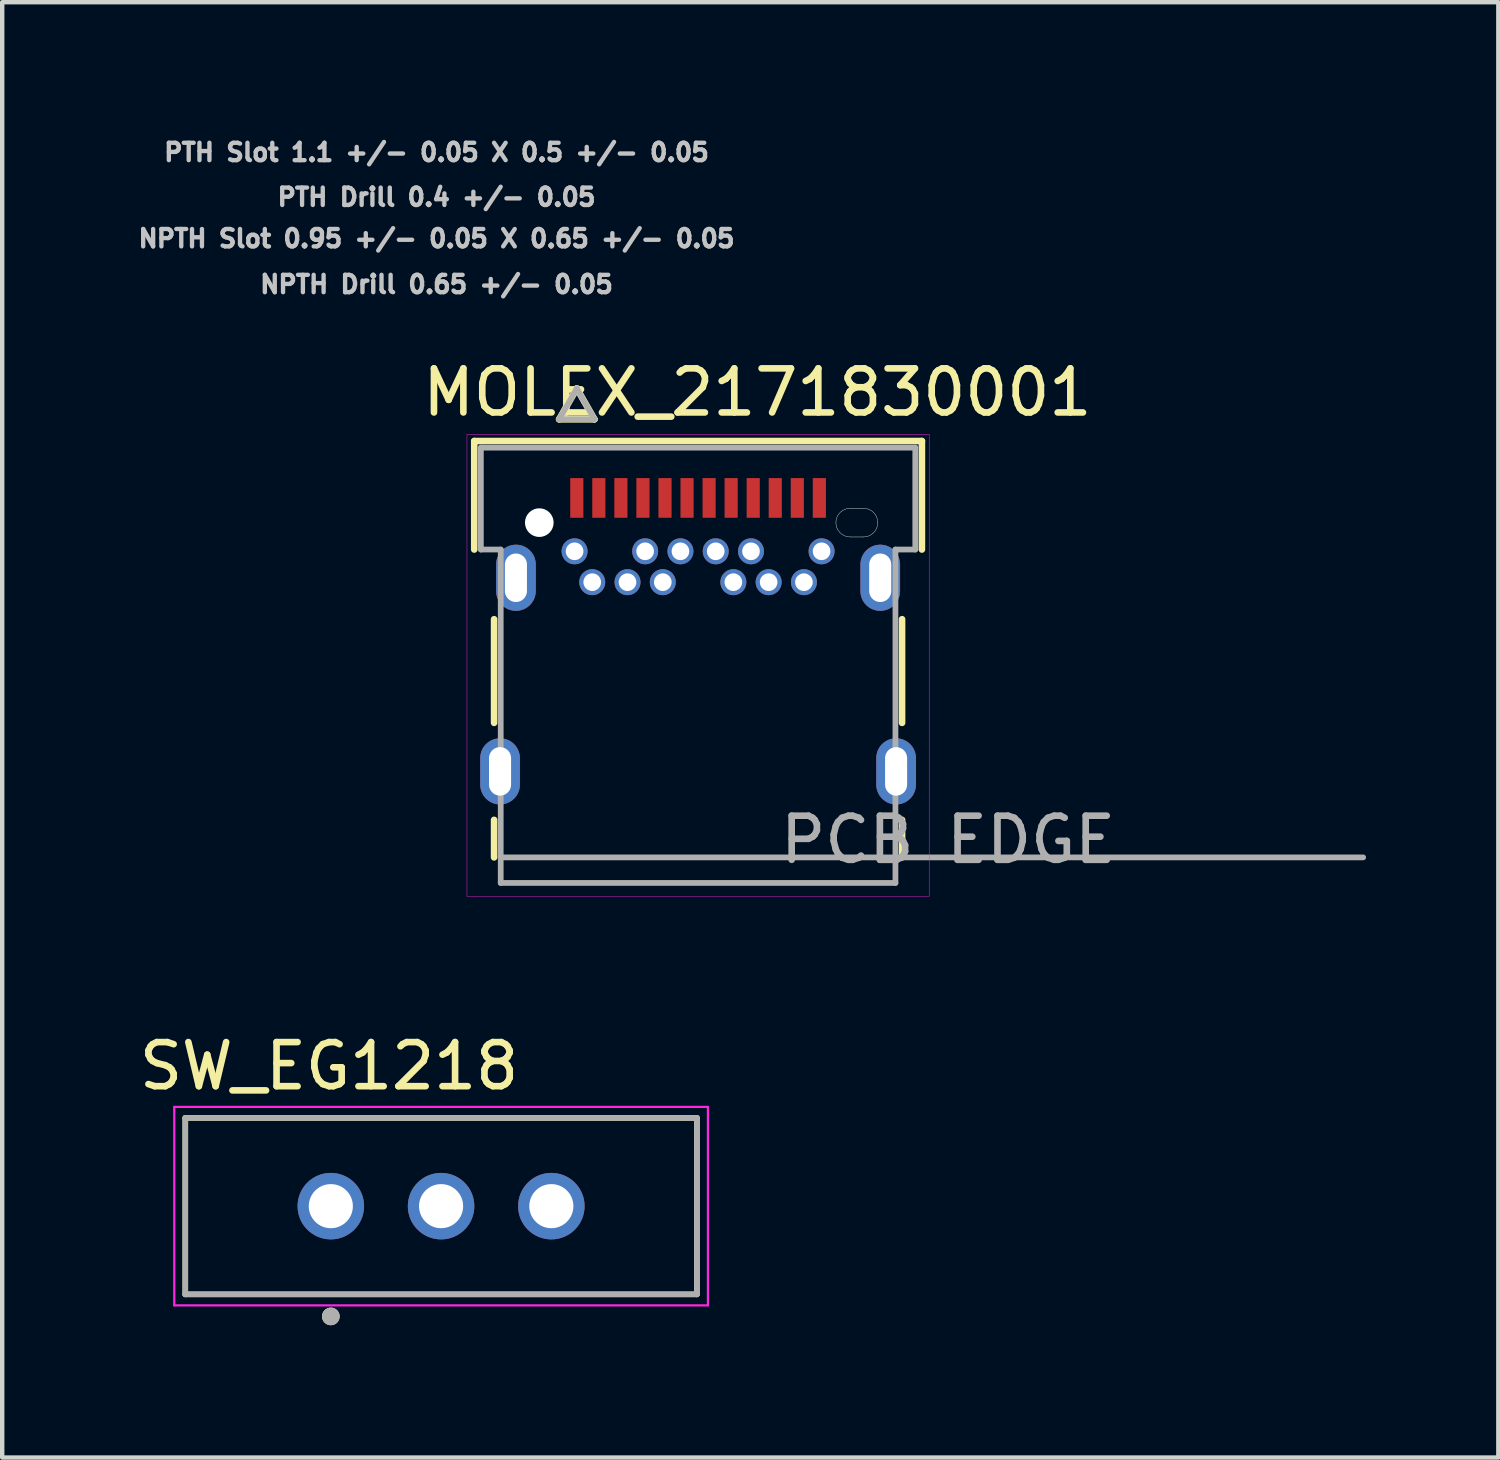
<source format=kicad_pcb>
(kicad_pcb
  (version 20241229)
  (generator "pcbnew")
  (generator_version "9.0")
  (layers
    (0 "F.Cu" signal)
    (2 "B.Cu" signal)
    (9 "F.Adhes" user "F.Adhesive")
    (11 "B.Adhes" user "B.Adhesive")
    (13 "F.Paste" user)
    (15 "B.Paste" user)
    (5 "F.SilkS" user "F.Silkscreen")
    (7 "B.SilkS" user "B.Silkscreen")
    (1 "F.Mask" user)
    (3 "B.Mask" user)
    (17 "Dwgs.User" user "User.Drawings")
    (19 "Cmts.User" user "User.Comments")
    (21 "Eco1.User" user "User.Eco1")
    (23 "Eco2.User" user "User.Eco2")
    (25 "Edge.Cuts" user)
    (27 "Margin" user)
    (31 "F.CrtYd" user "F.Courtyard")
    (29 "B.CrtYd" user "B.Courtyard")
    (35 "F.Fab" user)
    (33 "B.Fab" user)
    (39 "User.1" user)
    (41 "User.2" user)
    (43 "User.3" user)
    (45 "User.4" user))
  (footprint "SW_EG1218"
    (layer "F.Cu")
    (at 6.951 24.298)
    (property "Reference" "SW_EG1218" (at -2.54 -3.175 0) (layer "F.SilkS") (effects (font (size 1 1) (thickness 0.15))))
    (attr through_hole)
    (fp_line (start -5.8 -2) (end 5.8 -2) (stroke (width 0.127) (type solid)) (layer "F.SilkS"))
    (fp_line (start -5.8 2) (end -5.8 -2) (stroke (width 0.127) (type solid)) (layer "F.SilkS"))
    (fp_line (start 5.8 -2) (end 5.8 2) (stroke (width 0.127) (type solid)) (layer "F.SilkS"))
    (fp_line (start 5.8 2) (end -5.8 2) (stroke (width 0.127) (type solid)) (layer "F.SilkS"))
    (fp_circle (center -2.5 2.5) (end -2.4 2.5) (stroke (width 0.2) (type solid)) (fill no) (layer "F.SilkS"))
    (fp_line (start -6.05 -2.25) (end 6.05 -2.25) (stroke (width 0.05) (type solid)) (layer "F.CrtYd"))
    (fp_line (start -6.05 2.25) (end -6.05 -2.25) (stroke (width 0.05) (type solid)) (layer "F.CrtYd"))
    (fp_line (start 6.05 -2.25) (end 6.05 2.25) (stroke (width 0.05) (type solid)) (layer "F.CrtYd"))
    (fp_line (start 6.05 2.25) (end -6.05 2.25) (stroke (width 0.05) (type solid)) (layer "F.CrtYd"))
    (fp_line (start -5.8 -2) (end 5.8 -2) (stroke (width 0.127) (type solid)) (layer "F.Fab"))
    (fp_line (start -5.8 2) (end -5.8 -2) (stroke (width 0.127) (type solid)) (layer "F.Fab"))
    (fp_line (start 5.8 -2) (end 5.8 2) (stroke (width 0.127) (type solid)) (layer "F.Fab"))
    (fp_line (start 5.8 2) (end -5.8 2) (stroke (width 0.127) (type solid)) (layer "F.Fab"))
    (fp_circle (center -2.5 2.5) (end -2.4 2.5) (stroke (width 0.2) (type solid)) (fill no) (layer "F.Fab"))
    (pad "1" thru_hole circle (at -2.5 0) (size 1.508 1.508) (drill 1) (layers "*.Cu" "*.Mask"))
    (pad "2" thru_hole circle (at 0 0) (size 1.508 1.508) (drill 1) (layers "*.Cu" "*.Mask"))
    (pad "3" thru_hole circle (at 2.5 0) (size 1.508 1.508) (drill 1) (layers "*.Cu" "*.Mask")))
  (footprint "MOLEX_2171830001"
    (layer "F.Cu")
    (at 12.778 16.39)
    (property "Reference" "MOLEX_2171830001" (at 1.345 -10.543 0) (layer "F.SilkS") (effects (font (size 1 1) (thickness 0.15))))
    (attr through_hole)
    (fp_circle (center -3.6 -7.59) (end -3.406 -7.59) (stroke (width 0.389) (type solid)) (fill no) (layer "F.Mask"))
    (fp_circle (center -2.8 -6.94) (end -2.621 -6.94) (stroke (width 0.358) (type solid)) (fill no) (layer "F.Mask"))
    (fp_circle (center -2.4 -6.24) (end -2.221 -6.24) (stroke (width 0.358) (type solid)) (fill no) (layer "F.Mask"))
    (fp_circle (center -1.6 -6.24) (end -1.421 -6.24) (stroke (width 0.358) (type solid)) (fill no) (layer "F.Mask"))
    (fp_circle (center -1.2 -6.94) (end -1.021 -6.94) (stroke (width 0.358) (type solid)) (fill no) (layer "F.Mask"))
    (fp_circle (center -0.8 -6.24) (end -0.621 -6.24) (stroke (width 0.358) (type solid)) (fill no) (layer "F.Mask"))
    (fp_circle (center -0.4 -6.94) (end -0.221 -6.94) (stroke (width 0.358) (type solid)) (fill no) (layer "F.Mask"))
    (fp_circle (center 0.4 -6.94) (end 0.579 -6.94) (stroke (width 0.358) (type solid)) (fill no) (layer "F.Mask"))
    (fp_circle (center 0.8 -6.24) (end 0.979 -6.24) (stroke (width 0.358) (type solid)) (fill no) (layer "F.Mask"))
    (fp_circle (center 1.2 -6.94) (end 1.379 -6.94) (stroke (width 0.358) (type solid)) (fill no) (layer "F.Mask"))
    (fp_circle (center 1.6 -6.24) (end 1.779 -6.24) (stroke (width 0.358) (type solid)) (fill no) (layer "F.Mask"))
    (fp_circle (center 2.4 -6.24) (end 2.579 -6.24) (stroke (width 0.358) (type solid)) (fill no) (layer "F.Mask"))
    (fp_circle (center 2.8 -6.94) (end 2.979 -6.94) (stroke (width 0.358) (type solid)) (fill no) (layer "F.Mask"))
    (fp_poly (pts (xy -2.962 -8.664) (xy -2.538 -8.664) (xy -2.538 -7.636) (xy -2.962 -7.636)) (stroke (width 0.01) (type solid)) (fill yes) (layer "F.Mask"))
    (fp_poly (pts (xy -2.462 -8.664) (xy -2.038 -8.664) (xy -2.038 -7.636) (xy -2.462 -7.636)) (stroke (width 0.01) (type solid)) (fill yes) (layer "F.Mask"))
    (fp_poly (pts (xy -1.962 -8.664) (xy -1.538 -8.664) (xy -1.538 -7.636) (xy -1.962 -7.636)) (stroke (width 0.01) (type solid)) (fill yes) (layer "F.Mask"))
    (fp_poly (pts (xy -1.462 -8.664) (xy -1.038 -8.664) (xy -1.038 -7.636) (xy -1.462 -7.636)) (stroke (width 0.01) (type solid)) (fill yes) (layer "F.Mask"))
    (fp_poly (pts (xy -0.963 -8.664) (xy -0.537 -8.664) (xy -0.537 -7.636) (xy -0.963 -7.636)) (stroke (width 0.01) (type solid)) (fill yes) (layer "F.Mask"))
    (fp_poly (pts (xy -0.463 -8.664) (xy -0.037 -8.664) (xy -0.037 -7.636) (xy -0.463 -7.636)) (stroke (width 0.01) (type solid)) (fill yes) (layer "F.Mask"))
    (fp_poly (pts (xy 0.037 -8.664) (xy 0.463 -8.664) (xy 0.463 -7.636) (xy 0.037 -7.636)) (stroke (width 0.01) (type solid)) (fill yes) (layer "F.Mask"))
    (fp_poly (pts (xy 0.537 -8.664) (xy 0.963 -8.664) (xy 0.963 -7.636) (xy 0.537 -7.636)) (stroke (width 0.01) (type solid)) (fill yes) (layer "F.Mask"))
    (fp_poly (pts (xy 1.038 -8.664) (xy 1.462 -8.664) (xy 1.462 -7.636) (xy 1.038 -7.636)) (stroke (width 0.01) (type solid)) (fill yes) (layer "F.Mask"))
    (fp_poly (pts (xy 1.538 -8.664) (xy 1.962 -8.664) (xy 1.962 -7.636) (xy 1.538 -7.636)) (stroke (width 0.01) (type solid)) (fill yes) (layer "F.Mask"))
    (fp_poly (pts (xy 2.038 -8.664) (xy 2.462 -8.664) (xy 2.462 -7.636) (xy 2.038 -7.636)) (stroke (width 0.01) (type solid)) (fill yes) (layer "F.Mask"))
    (fp_poly (pts (xy 2.538 -8.664) (xy 2.962 -8.664) (xy 2.962 -7.636) (xy 2.538 -7.636)) (stroke (width 0.01) (type solid)) (fill yes) (layer "F.Mask"))
    (fp_poly (pts (xy 3.45 -7.979) (xy 3.75 -7.979) (xy 3.77 -7.978) (xy 3.791 -7.976) (xy 3.811 -7.974) (xy 3.831 -7.97) (xy 3.851 -7.965) (xy 3.87 -7.959) (xy 3.889 -7.953) (xy 3.908 -7.945) (xy 3.926 -7.936) (xy 3.944 -7.926) (xy 3.962 -7.916) (xy 3.978 -7.904) (xy 3.994 -7.892) (xy 4.01 -7.879) (xy 4.025 -7.865) (xy 4.039 -7.85) (xy 4.052 -7.834) (xy 4.064 -7.818) (xy 4.076 -7.802) (xy 4.086 -7.784) (xy 4.096 -7.766) (xy 4.105 -7.748) (xy 4.113 -7.729) (xy 4.119 -7.71) (xy 4.125 -7.691) (xy 4.13 -7.671) (xy 4.134 -7.651) (xy 4.136 -7.631) (xy 4.138 -7.61) (xy 4.138 -7.59) (xy 4.138 -7.57) (xy 4.136 -7.549) (xy 4.134 -7.529) (xy 4.13 -7.509) (xy 4.125 -7.489) (xy 4.119 -7.47) (xy 4.113 -7.451) (xy 4.105 -7.432) (xy 4.096 -7.414) (xy 4.086 -7.396) (xy 4.076 -7.378) (xy 4.064 -7.362) (xy 4.052 -7.346) (xy 4.039 -7.33) (xy 4.025 -7.315) (xy 4.01 -7.301) (xy 3.994 -7.288) (xy 3.978 -7.276) (xy 3.962 -7.264) (xy 3.944 -7.254) (xy 3.926 -7.244) (xy 3.908 -7.235) (xy 3.889 -7.227) (xy 3.87 -7.221) (xy 3.851 -7.215) (xy 3.831 -7.21) (xy 3.811 -7.206) (xy 3.791 -7.204) (xy 3.77 -7.202) (xy 3.75 -7.202) (xy 3.45 -7.202) (xy 3.43 -7.202) (xy 3.409 -7.204) (xy 3.389 -7.206) (xy 3.369 -7.21) (xy 3.349 -7.215) (xy 3.33 -7.221) (xy 3.311 -7.227) (xy 3.292 -7.235) (xy 3.274 -7.244) (xy 3.256 -7.254) (xy 3.238 -7.264) (xy 3.222 -7.276) (xy 3.206 -7.288) (xy 3.19 -7.301) (xy 3.175 -7.315) (xy 3.161 -7.33) (xy 3.148 -7.346) (xy 3.136 -7.362) (xy 3.124 -7.378) (xy 3.114 -7.396) (xy 3.104 -7.414) (xy 3.095 -7.432) (xy 3.087 -7.451) (xy 3.081 -7.47) (xy 3.075 -7.489) (xy 3.07 -7.509) (xy 3.066 -7.529) (xy 3.064 -7.549) (xy 3.062 -7.57) (xy 3.062 -7.59) (xy 3.062 -7.61) (xy 3.064 -7.631) (xy 3.066 -7.651) (xy 3.07 -7.671) (xy 3.075 -7.691) (xy 3.081 -7.71) (xy 3.087 -7.729) (xy 3.095 -7.748) (xy 3.104 -7.766) (xy 3.114 -7.784) (xy 3.124 -7.802) (xy 3.136 -7.818) (xy 3.148 -7.834) (xy 3.161 -7.85) (xy 3.175 -7.865) (xy 3.19 -7.879) (xy 3.206 -7.892) (xy 3.222 -7.904) (xy 3.238 -7.916) (xy 3.256 -7.926) (xy 3.274 -7.936) (xy 3.292 -7.945) (xy 3.311 -7.953) (xy 3.33 -7.959) (xy 3.349 -7.965) (xy 3.369 -7.97) (xy 3.389 -7.974) (xy 3.409 -7.976) (xy 3.43 -7.978) (xy 3.45 -7.979) (xy 3.45 -7.979)) (stroke (width 0.01) (type solid)) (fill yes) (layer "F.Mask"))
    (fp_circle (center -3.6 -7.59) (end -3.406 -7.59) (stroke (width 0.389) (type solid)) (fill no) (layer "B.Mask"))
    (fp_circle (center -2.8 -6.94) (end -2.621 -6.94) (stroke (width 0.358) (type solid)) (fill no) (layer "B.Mask"))
    (fp_circle (center -2.4 -6.24) (end -2.221 -6.24) (stroke (width 0.358) (type solid)) (fill no) (layer "B.Mask"))
    (fp_circle (center -1.6 -6.24) (end -1.421 -6.24) (stroke (width 0.358) (type solid)) (fill no) (layer "B.Mask"))
    (fp_circle (center -1.2 -6.94) (end -1.021 -6.94) (stroke (width 0.358) (type solid)) (fill no) (layer "B.Mask"))
    (fp_circle (center -0.8 -6.24) (end -0.621 -6.24) (stroke (width 0.358) (type solid)) (fill no) (layer "B.Mask"))
    (fp_circle (center -0.4 -6.94) (end -0.221 -6.94) (stroke (width 0.358) (type solid)) (fill no) (layer "B.Mask"))
    (fp_circle (center 0.4 -6.94) (end 0.579 -6.94) (stroke (width 0.358) (type solid)) (fill no) (layer "B.Mask"))
    (fp_circle (center 0.8 -6.24) (end 0.979 -6.24) (stroke (width 0.358) (type solid)) (fill no) (layer "B.Mask"))
    (fp_circle (center 1.2 -6.94) (end 1.379 -6.94) (stroke (width 0.358) (type solid)) (fill no) (layer "B.Mask"))
    (fp_circle (center 1.6 -6.24) (end 1.779 -6.24) (stroke (width 0.358) (type solid)) (fill no) (layer "B.Mask"))
    (fp_circle (center 2.4 -6.24) (end 2.579 -6.24) (stroke (width 0.358) (type solid)) (fill no) (layer "B.Mask"))
    (fp_circle (center 2.8 -6.94) (end 2.979 -6.94) (stroke (width 0.358) (type solid)) (fill no) (layer "B.Mask"))
    (fp_poly (pts (xy 3.45 -7.979) (xy 3.75 -7.979) (xy 3.77 -7.978) (xy 3.791 -7.976) (xy 3.811 -7.974) (xy 3.831 -7.97) (xy 3.851 -7.965) (xy 3.87 -7.959) (xy 3.889 -7.953) (xy 3.908 -7.945) (xy 3.926 -7.936) (xy 3.944 -7.926) (xy 3.962 -7.916) (xy 3.978 -7.904) (xy 3.994 -7.892) (xy 4.01 -7.879) (xy 4.025 -7.865) (xy 4.039 -7.85) (xy 4.052 -7.834) (xy 4.064 -7.818) (xy 4.076 -7.802) (xy 4.086 -7.784) (xy 4.096 -7.766) (xy 4.105 -7.748) (xy 4.113 -7.729) (xy 4.119 -7.71) (xy 4.125 -7.691) (xy 4.13 -7.671) (xy 4.134 -7.651) (xy 4.136 -7.631) (xy 4.138 -7.61) (xy 4.138 -7.59) (xy 4.138 -7.57) (xy 4.136 -7.549) (xy 4.134 -7.529) (xy 4.13 -7.509) (xy 4.125 -7.489) (xy 4.119 -7.47) (xy 4.113 -7.451) (xy 4.105 -7.432) (xy 4.096 -7.414) (xy 4.086 -7.396) (xy 4.076 -7.378) (xy 4.064 -7.362) (xy 4.052 -7.346) (xy 4.039 -7.33) (xy 4.025 -7.315) (xy 4.01 -7.301) (xy 3.994 -7.288) (xy 3.978 -7.276) (xy 3.962 -7.264) (xy 3.944 -7.254) (xy 3.926 -7.244) (xy 3.908 -7.235) (xy 3.889 -7.227) (xy 3.87 -7.221) (xy 3.851 -7.215) (xy 3.831 -7.21) (xy 3.811 -7.206) (xy 3.791 -7.204) (xy 3.77 -7.202) (xy 3.75 -7.202) (xy 3.45 -7.202) (xy 3.43 -7.202) (xy 3.409 -7.204) (xy 3.389 -7.206) (xy 3.369 -7.21) (xy 3.349 -7.215) (xy 3.33 -7.221) (xy 3.311 -7.227) (xy 3.292 -7.235) (xy 3.274 -7.244) (xy 3.256 -7.254) (xy 3.238 -7.264) (xy 3.222 -7.276) (xy 3.206 -7.288) (xy 3.19 -7.301) (xy 3.175 -7.315) (xy 3.161 -7.33) (xy 3.148 -7.346) (xy 3.136 -7.362) (xy 3.124 -7.378) (xy 3.114 -7.396) (xy 3.104 -7.414) (xy 3.095 -7.432) (xy 3.087 -7.451) (xy 3.081 -7.47) (xy 3.075 -7.489) (xy 3.07 -7.509) (xy 3.066 -7.529) (xy 3.064 -7.549) (xy 3.062 -7.57) (xy 3.062 -7.59) (xy 3.062 -7.61) (xy 3.064 -7.631) (xy 3.066 -7.651) (xy 3.07 -7.671) (xy 3.075 -7.691) (xy 3.081 -7.71) (xy 3.087 -7.729) (xy 3.095 -7.748) (xy 3.104 -7.766) (xy 3.114 -7.784) (xy 3.124 -7.802) (xy 3.136 -7.818) (xy 3.148 -7.834) (xy 3.161 -7.85) (xy 3.175 -7.865) (xy 3.19 -7.879) (xy 3.206 -7.892) (xy 3.222 -7.904) (xy 3.238 -7.916) (xy 3.256 -7.926) (xy 3.274 -7.936) (xy 3.292 -7.945) (xy 3.311 -7.953) (xy 3.33 -7.959) (xy 3.349 -7.965) (xy 3.369 -7.97) (xy 3.389 -7.974) (xy 3.409 -7.976) (xy 3.43 -7.978) (xy 3.45 -7.979) (xy 3.45 -7.979)) (stroke (width 0.01) (type solid)) (fill yes) (layer "B.Mask"))
    (fp_line (start -5.075 -9.44) (end 5.075 -9.44) (stroke (width 0.15) (type solid)) (layer "F.SilkS"))
    (fp_line (start -5.075 -6.98) (end -5.075 -9.44) (stroke (width 0.15) (type solid)) (layer "F.SilkS"))
    (fp_line (start -4.625 -5.4) (end -4.625 -3.05) (stroke (width 0.15) (type solid)) (layer "F.SilkS"))
    (fp_line (start -4.625 0) (end -4.625 -0.85) (stroke (width 0.15) (type solid)) (layer "F.SilkS"))
    (fp_line (start -3.15 -9.933) (end -2.35 -9.933) (stroke (width 0.15) (type solid)) (layer "F.SilkS"))
    (fp_line (start -2.75 -10.633) (end -3.15 -9.933) (stroke (width 0.15) (type solid)) (layer "F.SilkS"))
    (fp_line (start -2.35 -9.933) (end -2.75 -10.633) (stroke (width 0.15) (type solid)) (layer "F.SilkS"))
    (fp_line (start 4.625 -5.4) (end 4.625 -3.05) (stroke (width 0.15) (type solid)) (layer "F.SilkS"))
    (fp_line (start 4.625 0) (end 4.625 -0.85) (stroke (width 0.15) (type solid)) (layer "F.SilkS"))
    (fp_line (start 5.075 -9.44) (end 5.075 -6.98) (stroke (width 0.15) (type solid)) (layer "F.SilkS"))
    (fp_line (start 3.45 -7.915) (end 3.75 -7.915) (stroke (width 0.01) (type solid)) (layer "Edge.Cuts"))
    (fp_line (start 3.75 -7.265) (end 3.45 -7.265) (stroke (width 0.01) (type solid)) (layer "Edge.Cuts"))
    (fp_arc (start 3.125 -7.59) (mid 3.22019 -7.81981) (end 3.45 -7.915) (stroke (width 0.01) (type solid)) (layer "Edge.Cuts"))
    (fp_arc (start 3.45 -7.265) (mid 3.22019 -7.36019) (end 3.125 -7.59) (stroke (width 0.01) (type solid)) (layer "Edge.Cuts"))
    (fp_arc (start 3.75 -7.915) (mid 3.97981 -7.81981) (end 4.075 -7.59) (stroke (width 0.01) (type solid)) (layer "Edge.Cuts"))
    (fp_arc (start 4.075 -7.59) (mid 3.97981 -7.36019) (end 3.75 -7.265) (stroke (width 0.01) (type solid)) (layer "Edge.Cuts"))
    (fp_line (start -5.24 -9.59) (end -5.24 0.88) (stroke (width 0.01) (type solid)) (layer "F.CrtYd"))
    (fp_line (start -5.24 0.88) (end 5.24 0.88) (stroke (width 0.01) (type solid)) (layer "F.CrtYd"))
    (fp_line (start 5.24 -9.59) (end -5.24 -9.59) (stroke (width 0.01) (type solid)) (layer "F.CrtYd"))
    (fp_line (start 5.24 0.88) (end 5.24 -9.59) (stroke (width 0.01) (type solid)) (layer "F.CrtYd"))
    (fp_line (start -4.925 -9.29) (end -4.925 -6.98) (stroke (width 0.13) (type solid)) (layer "F.Fab"))
    (fp_line (start -4.925 -9.29) (end 4.925 -9.29) (stroke (width 0.13) (type solid)) (layer "F.Fab"))
    (fp_line (start -4.925 -6.98) (end -4.475 -6.98) (stroke (width 0.13) (type solid)) (layer "F.Fab"))
    (fp_line (start -4.475 0) (end -4.475 -6.98) (stroke (width 0.13) (type solid)) (layer "F.Fab"))
    (fp_line (start -4.475 0) (end 15.08 0) (stroke (width 0.13) (type solid)) (layer "F.Fab"))
    (fp_line (start -4.475 0.58) (end -4.475 0) (stroke (width 0.13) (type solid)) (layer "F.Fab"))
    (fp_line (start -3.15 -9.933) (end -2.35 -9.933) (stroke (width 0.13) (type solid)) (layer "F.Fab"))
    (fp_line (start -2.75 -10.633) (end -3.15 -9.933) (stroke (width 0.13) (type solid)) (layer "F.Fab"))
    (fp_line (start -2.35 -9.933) (end -2.75 -10.633) (stroke (width 0.13) (type solid)) (layer "F.Fab"))
    (fp_line (start 4.475 -6.98) (end 4.475 0.58) (stroke (width 0.13) (type solid)) (layer "F.Fab"))
    (fp_line (start 4.475 0.58) (end -4.475 0.58) (stroke (width 0.13) (type solid)) (layer "F.Fab"))
    (fp_line (start 4.925 -9.29) (end 4.925 -6.98) (stroke (width 0.13) (type solid)) (layer "F.Fab"))
    (fp_line (start 4.925 -6.98) (end 4.475 -6.98) (stroke (width 0.13) (type solid)) (layer "F.Fab"))
    (fp_text user "PTH Drill 0.4 +/- 0.05" (at -5.93 -14.97 0) (layer "Dwgs.User") (effects (font (size 0.394 0.394) (thickness 0.15))))
    (fp_text user "NPTH Slot 0.95 +/- 0.05 X 0.65 +/- 0.05" (at -5.93 -14.031 0) (layer "Dwgs.User") (effects (font (size 0.394 0.394) (thickness 0.15))))
    (fp_text user "PTH Slot 1.1 +/- 0.05 X 0.5 +/- 0.05" (at -5.93 -15.986 0) (layer "Dwgs.User") (effects (font (size 0.394 0.394) (thickness 0.15))))
    (fp_text user "NPTH Drill 0.65 +/- 0.05" (at -5.93 -12.992 0) (layer "Dwgs.User") (effects (font (size 0.394 0.394) (thickness 0.15))))
    (fp_text user "PCB EDGE" (at 5.67 -0.4 0) (layer "F.Fab") (effects (font (size 1 1) (thickness 0.15))))
    (pad "" np_thru_hole circle (at -3.6 -7.59) (size 0.65 0.65) (drill 0.65) (layers "*.Cu" "*.Mask"))
    (pad "A1" smd rect (at -2.75 -8.15) (size 0.298 0.9) (layers "F.Cu" "F.Paste"))
    (pad "A2" smd rect (at -2.25 -8.15) (size 0.298 0.9) (layers "F.Cu" "F.Paste"))
    (pad "A3" smd rect (at -1.75 -8.15) (size 0.298 0.9) (layers "F.Cu" "F.Paste"))
    (pad "A4" smd rect (at -1.25 -8.15) (size 0.298 0.9) (layers "F.Cu" "F.Paste"))
    (pad "A5" smd rect (at -0.75 -8.15) (size 0.298 0.9) (layers "F.Cu" "F.Paste"))
    (pad "A6" smd rect (at -0.25 -8.15) (size 0.298 0.9) (layers "F.Cu" "F.Paste"))
    (pad "A7" smd rect (at 0.25 -8.15) (size 0.298 0.9) (layers "F.Cu" "F.Paste"))
    (pad "A8" smd rect (at 0.75 -8.15) (size 0.298 0.9) (layers "F.Cu" "F.Paste"))
    (pad "A9" smd rect (at 1.25 -8.15) (size 0.298 0.9) (layers "F.Cu" "F.Paste"))
    (pad "A10" smd rect (at 1.75 -8.15) (size 0.298 0.9) (layers "F.Cu" "F.Paste"))
    (pad "A11" smd rect (at 2.25 -8.15) (size 0.298 0.9) (layers "F.Cu" "F.Paste"))
    (pad "A12" smd rect (at 2.75 -8.15) (size 0.298 0.9) (layers "F.Cu" "F.Paste"))
    (pad "B1" thru_hole circle (at 2.8 -6.94) (size 0.59 0.59) (drill 0.4) (layers "*.Cu"))
    (pad "B2" thru_hole circle (at 2.4 -6.24) (size 0.59 0.59) (drill 0.4) (layers "*.Cu"))
    (pad "B3" thru_hole circle (at 1.6 -6.24) (size 0.59 0.59) (drill 0.4) (layers "*.Cu"))
    (pad "B4" thru_hole circle (at 1.2 -6.94) (size 0.59 0.59) (drill 0.4) (layers "*.Cu"))
    (pad "B5" thru_hole circle (at 0.8 -6.24) (size 0.59 0.59) (drill 0.4) (layers "*.Cu"))
    (pad "B6" thru_hole circle (at 0.4 -6.94) (size 0.59 0.59) (drill 0.4) (layers "*.Cu"))
    (pad "B7" thru_hole circle (at -0.4 -6.94) (size 0.59 0.59) (drill 0.4) (layers "*.Cu"))
    (pad "B8" thru_hole circle (at -0.8 -6.24) (size 0.59 0.59) (drill 0.4) (layers "*.Cu"))
    (pad "B9" thru_hole circle (at -1.2 -6.94) (size 0.59 0.59) (drill 0.4) (layers "*.Cu"))
    (pad "B10" thru_hole circle (at -1.6 -6.24) (size 0.59 0.59) (drill 0.4) (layers "*.Cu"))
    (pad "B11" thru_hole circle (at -2.4 -6.24) (size 0.59 0.59) (drill 0.4) (layers "*.Cu"))
    (pad "B12" thru_hole circle (at -2.8 -6.94) (size 0.59 0.59) (drill 0.4) (layers "*.Cu"))
    (pad "SH1" thru_hole oval (at -4.49 -1.95) (size 0.9 1.5) (drill oval 0.5 1.1) (layers "*.Cu" "*.Mask"))
    (pad "SH2" thru_hole oval (at 4.49 -1.95) (size 0.9 1.5) (drill oval 0.5 1.1) (layers "*.Cu" "*.Mask"))
    (pad "SH3" thru_hole oval (at -4.13 -6.34) (size 0.9 1.5) (drill oval 0.5 1.1) (layers "*.Cu" "*.Mask"))
    (pad "SH4" thru_hole oval (at 4.13 -6.34) (size 0.9 1.5) (drill oval 0.5 1.1) (layers "*.Cu" "*.Mask")))
  (gr_rect
    (start -3 -3)
    (end 30.923 29.998)
    (stroke (width 0.1) (type default))
    (fill no)
    (layer "Edge.Cuts")))
</source>
